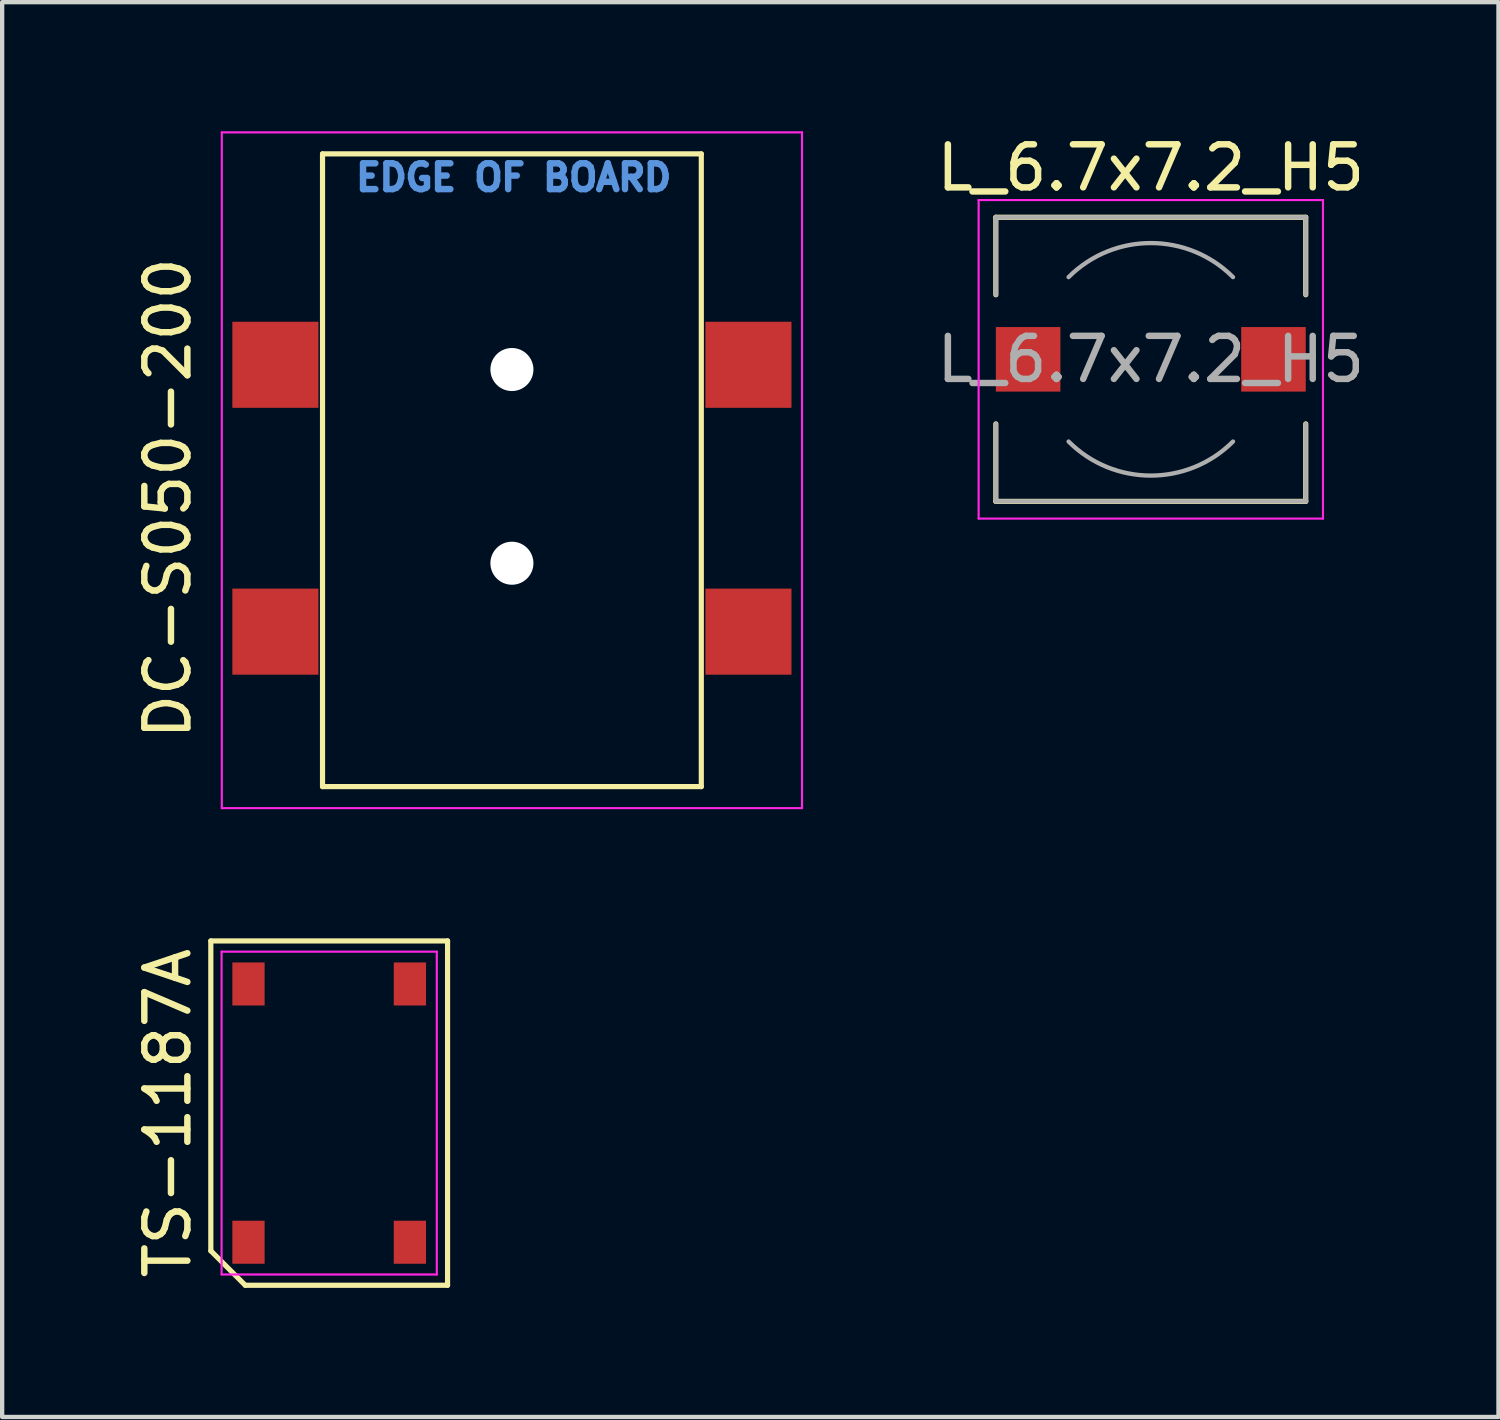
<source format=kicad_pcb>
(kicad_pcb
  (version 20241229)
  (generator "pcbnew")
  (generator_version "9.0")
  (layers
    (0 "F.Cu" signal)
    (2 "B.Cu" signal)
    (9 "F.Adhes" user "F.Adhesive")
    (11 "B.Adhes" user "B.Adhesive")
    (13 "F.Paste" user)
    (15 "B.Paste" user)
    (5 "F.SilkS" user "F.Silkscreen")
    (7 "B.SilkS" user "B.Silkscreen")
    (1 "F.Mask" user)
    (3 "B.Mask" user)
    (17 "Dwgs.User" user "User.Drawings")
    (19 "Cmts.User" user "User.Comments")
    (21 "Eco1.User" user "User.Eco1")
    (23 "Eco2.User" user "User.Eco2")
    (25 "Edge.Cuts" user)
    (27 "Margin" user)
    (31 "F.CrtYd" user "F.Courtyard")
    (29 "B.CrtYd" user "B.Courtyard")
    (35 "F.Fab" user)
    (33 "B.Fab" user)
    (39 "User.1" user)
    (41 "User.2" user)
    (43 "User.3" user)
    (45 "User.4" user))
  (footprint "L_6.7x7.2_H5"
    (layer "F.Cu")
    (at 23.686 5.298)
    (property "Reference" "L_6.7x7.2_H5" (at 0 -4.45 0) (layer "F.SilkS") (effects (font (size 1 1) (thickness 0.15))))
    (attr smd)
    (fp_line (start -3.6 -3.3) (end 3.6 -3.3) (stroke (width 0.12) (type solid)) (layer "F.SilkS"))
    (fp_line (start -3.6 -1.5) (end -3.6 -3.3) (stroke (width 0.12) (type solid)) (layer "F.SilkS"))
    (fp_line (start -3.6 3.3) (end -3.6 1.5) (stroke (width 0.12) (type solid)) (layer "F.SilkS"))
    (fp_line (start 3.6 -3.3) (end 3.6 -1.5) (stroke (width 0.12) (type solid)) (layer "F.SilkS"))
    (fp_line (start 3.6 1.5) (end 3.6 3.3) (stroke (width 0.12) (type solid)) (layer "F.SilkS"))
    (fp_line (start 3.6 3.3) (end -3.6 3.3) (stroke (width 0.12) (type solid)) (layer "F.SilkS"))
    (fp_line (start -4 -3.7) (end -4 3.7) (stroke (width 0.05) (type solid)) (layer "F.CrtYd"))
    (fp_line (start -4 3.7) (end 4 3.7) (stroke (width 0.05) (type solid)) (layer "F.CrtYd"))
    (fp_line (start 4 -3.7) (end -4 -3.7) (stroke (width 0.05) (type solid)) (layer "F.CrtYd"))
    (fp_line (start 4 3.7) (end 4 -3.7) (stroke (width 0.05) (type solid)) (layer "F.CrtYd"))
    (fp_line (start -3.6 -3.3) (end -3.6 -1.5) (stroke (width 0.1) (type solid)) (layer "F.Fab"))
    (fp_line (start -3.6 -3.3) (end 3.6 -3.3) (stroke (width 0.1) (type solid)) (layer "F.Fab"))
    (fp_line (start -3.6 3.3) (end -3.6 1.5) (stroke (width 0.1) (type solid)) (layer "F.Fab"))
    (fp_line (start -3.6 3.3) (end 3.6 3.3) (stroke (width 0.1) (type solid)) (layer "F.Fab"))
    (fp_line (start 3.6 -3.3) (end 3.6 -1.5) (stroke (width 0.1) (type solid)) (layer "F.Fab"))
    (fp_line (start 3.6 3.3) (end 3.6 1.5) (stroke (width 0.1) (type solid)) (layer "F.Fab"))
    (fp_arc (start -1.91 -1.91) (mid 0 -2.701148) (end 1.91 -1.91) (stroke (width 0.1) (type solid)) (layer "F.Fab"))
    (fp_arc (start 1.91 1.91) (mid 0 2.701148) (end -1.91 1.91) (stroke (width 0.1) (type solid)) (layer "F.Fab"))
    (fp_text user "${REFERENCE}" (at 0 0 0) (layer "F.Fab") (effects (font (size 1 1) (thickness 0.15))))
    (pad "1" smd rect (at -2.85 0) (size 1.5 1.5) (layers "F.Cu" "F.Mask" "F.Paste"))
    (pad "2" smd rect (at 2.85 0) (size 1.5 1.5) (layers "F.Cu" "F.Mask" "F.Paste")))
  (footprint "DC-S050-200"
    (layer "F.Cu")
    (at 8.843 8.525)
    (property "Reference" "DC-S050-200" (at -7.995 0 90) (layer "F.SilkS") (effects (font (size 1 1) (thickness 0.15))))
    (attr smd)
    (fp_line (start -4.4 -8) (end 4.4 -8) (stroke (width 0.12) (type default)) (layer "F.SilkS"))
    (fp_line (start -4.4 6.7) (end -4.4 -8) (stroke (width 0.12) (type default)) (layer "F.SilkS"))
    (fp_line (start 4.4 -8) (end 4.4 6.7) (stroke (width 0.12) (type default)) (layer "F.SilkS"))
    (fp_line (start 4.4 6.7) (end -4.4 6.7) (stroke (width 0.12) (type default)) (layer "F.SilkS"))
    (fp_line (start -6.74 -8.5) (end 6.74 -8.5) (stroke (width 0.05) (type default)) (layer "F.CrtYd"))
    (fp_line (start -6.74 7.2) (end -6.74 -8.5) (stroke (width 0.05) (type default)) (layer "F.CrtYd"))
    (fp_line (start 6.74 -8.5) (end 6.74 7.2) (stroke (width 0.05) (type default)) (layer "F.CrtYd"))
    (fp_line (start 6.74 7.2) (end -6.74 7.2) (stroke (width 0.05) (type default)) (layer "F.CrtYd"))
    (fp_text user "EDGE OF BOARD" (at -3.7 -7.1 0) (unlocked yes) (layer "Cmts.User") (effects (font (size 0.6 0.6) (thickness 0.15)) (justify left bottom)))
    (pad "" np_thru_hole circle (at 0 -2.99) (size 1 1) (drill 1.57) (layers "*.Cu" "*.Mask"))
    (pad "" np_thru_hole circle (at 0 1.51) (size 1 1) (drill 1.8) (layers "*.Cu" "*.Mask"))
    (pad "1" smd rect (at 5.495 3.1) (size 2 2) (layers "F.Cu" "F.Mask" "F.Paste"))
    (pad "2" smd rect (at -5.495 -3.1) (size 2 2) (layers "F.Cu" "F.Mask" "F.Paste"))
    (pad "3" smd rect (at -5.495 3.1) (size 2 2) (layers "F.Cu" "F.Mask" "F.Paste"))
    (pad "MP" smd rect (at 5.495 -3.1) (size 2 2) (layers "F.Cu" "F.Mask" "F.Paste")))
  (footprint "TS-1187A"
    (layer "F.Cu")
    (at 4.598 22.81)
    (property "Reference" "TS-1187A" (at -3.75 0 90) (layer "F.SilkS") (effects (font (size 1 1) (thickness 0.15))))
    (attr smd)
    (fp_line (start -2.75 -4) (end 2.75 -4) (stroke (width 0.12) (type default)) (layer "F.SilkS"))
    (fp_line (start -2.75 3.2) (end -2.75 -4) (stroke (width 0.12) (type default)) (layer "F.SilkS"))
    (fp_line (start -1.95 4) (end -2.75 3.2) (stroke (width 0.12) (type default)) (layer "F.SilkS"))
    (fp_line (start 2.75 -4) (end 2.75 4) (stroke (width 0.12) (type default)) (layer "F.SilkS"))
    (fp_line (start 2.75 4) (end -1.95 4) (stroke (width 0.12) (type default)) (layer "F.SilkS"))
    (fp_line (start -2.5 -3.75) (end 2.5 -3.75) (stroke (width 0.05) (type default)) (layer "F.CrtYd"))
    (fp_line (start -2.5 3.75) (end -2.5 -3.75) (stroke (width 0.05) (type default)) (layer "F.CrtYd"))
    (fp_line (start 2.5 -3.75) (end 2.5 3.75) (stroke (width 0.05) (type default)) (layer "F.CrtYd"))
    (fp_line (start 2.5 3.75) (end -2.5 3.75) (stroke (width 0.05) (type default)) (layer "F.CrtYd"))
    (pad "1" smd rect (at -1.875 -3) (size 0.75 1) (layers "F.Cu" "F.Mask" "F.Paste"))
    (pad "1" smd rect (at -1.875 3) (size 0.75 1) (layers "F.Cu" "F.Mask" "F.Paste"))
    (pad "2" smd rect (at 1.875 -3) (size 0.75 1) (layers "F.Cu" "F.Mask" "F.Paste"))
    (pad "2" smd rect (at 1.875 3) (size 0.75 1) (layers "F.Cu" "F.Mask" "F.Paste")))
  (gr_rect
    (start -3 -3)
    (end 31.763 29.87)
    (stroke (width 0.1) (type default))
    (fill no)
    (layer "Edge.Cuts")))
</source>
